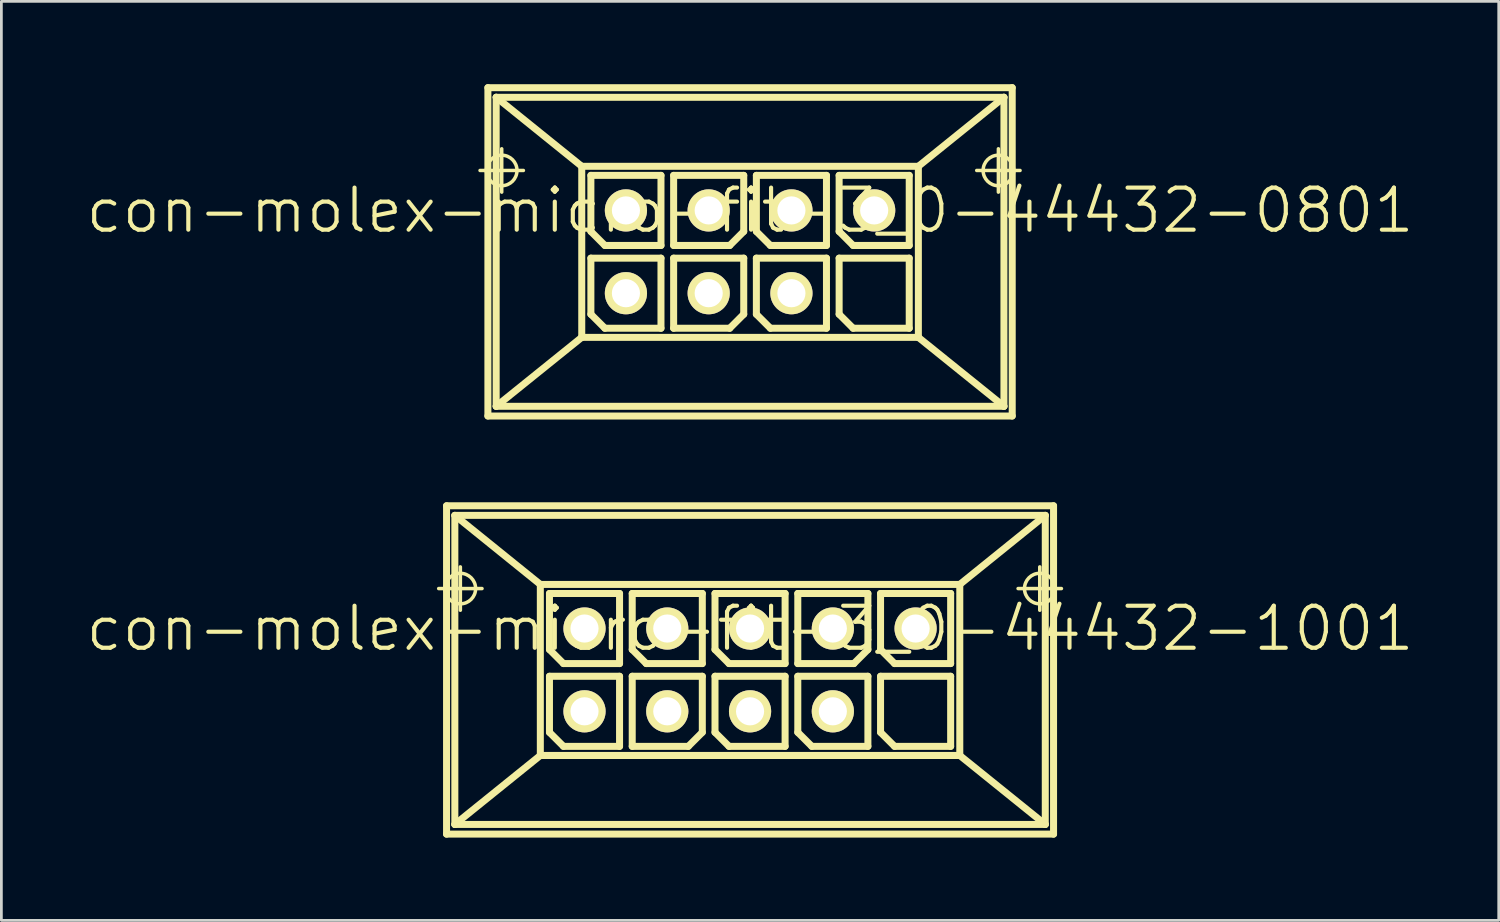
<source format=kicad_pcb>
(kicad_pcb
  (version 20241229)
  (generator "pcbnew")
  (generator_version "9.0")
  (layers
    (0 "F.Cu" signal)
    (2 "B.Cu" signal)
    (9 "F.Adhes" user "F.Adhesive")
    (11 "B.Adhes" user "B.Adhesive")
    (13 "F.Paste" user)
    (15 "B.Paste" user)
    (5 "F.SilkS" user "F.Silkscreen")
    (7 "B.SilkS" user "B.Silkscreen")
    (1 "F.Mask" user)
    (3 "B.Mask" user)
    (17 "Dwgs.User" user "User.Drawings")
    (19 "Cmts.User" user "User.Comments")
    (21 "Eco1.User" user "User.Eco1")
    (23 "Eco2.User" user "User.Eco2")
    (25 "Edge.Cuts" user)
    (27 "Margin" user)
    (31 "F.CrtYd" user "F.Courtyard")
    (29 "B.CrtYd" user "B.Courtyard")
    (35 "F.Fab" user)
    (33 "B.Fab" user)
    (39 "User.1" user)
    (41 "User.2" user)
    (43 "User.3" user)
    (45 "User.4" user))
  (footprint "con-molex-micro-fit-3_0-44432-1001"
    (layer "F.Cu")
    (at 24.13 19.726)
    (property "Reference" "con-molex-micro-fit-3_0-44432-1001" (at 0 0 0) (layer "F.SilkS") (effects (font (size 1.524 1.524) (thickness 0.15))))
    (attr exclude_from_pos_files exclude_from_bom)
    (fp_line (start -11.283 -1.448) (end -9.713 -1.448) (stroke (width 0.127) (type solid)) (layer "F.SilkS"))
    (fp_line (start -10.998 -4.448) (end 10.998 -4.448) (stroke (width 0.254) (type solid)) (layer "F.SilkS"))
    (fp_line (start -10.998 7.45) (end -10.998 -4.448) (stroke (width 0.254) (type solid)) (layer "F.SilkS"))
    (fp_line (start -10.698 -4.1) (end -7.6 -1.598) (stroke (width 0.254) (type solid)) (layer "F.SilkS"))
    (fp_line (start -10.698 -4.1) (end 10.698 -4.1) (stroke (width 0.254) (type solid)) (layer "F.SilkS"))
    (fp_line (start -10.698 7.099) (end -10.698 -4.1) (stroke (width 0.254) (type solid)) (layer "F.SilkS"))
    (fp_line (start -10.498 -0.663) (end -10.498 -2.233) (stroke (width 0.127) (type solid)) (layer "F.SilkS"))
    (fp_line (start -7.6 -1.598) (end -7.6 4.6) (stroke (width 0.254) (type solid)) (layer "F.SilkS"))
    (fp_line (start -7.6 -1.598) (end 7.6 -1.598) (stroke (width 0.254) (type solid)) (layer "F.SilkS"))
    (fp_line (start -7.6 4.6) (end -10.698 7.099) (stroke (width 0.254) (type solid)) (layer "F.SilkS"))
    (fp_line (start -7.6 4.6) (end 7.6 4.6) (stroke (width 0.254) (type solid)) (layer "F.SilkS"))
    (fp_line (start -7.269 -1.27) (end -4.729 -1.27) (stroke (width 0.254) (type solid)) (layer "F.SilkS"))
    (fp_line (start -7.269 0.762) (end -7.269 -1.27) (stroke (width 0.254) (type solid)) (layer "F.SilkS"))
    (fp_line (start -7.269 1.73) (end -4.729 1.73) (stroke (width 0.254) (type solid)) (layer "F.SilkS"))
    (fp_line (start -7.269 3.762) (end -7.269 1.73) (stroke (width 0.254) (type solid)) (layer "F.SilkS"))
    (fp_line (start -6.761 1.27) (end -7.269 0.762) (stroke (width 0.254) (type solid)) (layer "F.SilkS"))
    (fp_line (start -6.761 4.27) (end -7.269 3.762) (stroke (width 0.254) (type solid)) (layer "F.SilkS"))
    (fp_line (start -4.729 -1.27) (end -4.729 1.27) (stroke (width 0.254) (type solid)) (layer "F.SilkS"))
    (fp_line (start -4.729 1.27) (end -6.761 1.27) (stroke (width 0.254) (type solid)) (layer "F.SilkS"))
    (fp_line (start -4.729 1.73) (end -4.729 4.27) (stroke (width 0.254) (type solid)) (layer "F.SilkS"))
    (fp_line (start -4.729 4.27) (end -6.761 4.27) (stroke (width 0.254) (type solid)) (layer "F.SilkS"))
    (fp_line (start -4.27 -1.27) (end -1.73 -1.27) (stroke (width 0.254) (type solid)) (layer "F.SilkS"))
    (fp_line (start -4.27 0.762) (end -4.27 -1.27) (stroke (width 0.254) (type solid)) (layer "F.SilkS"))
    (fp_line (start -4.27 1.73) (end -1.73 1.73) (stroke (width 0.254) (type solid)) (layer "F.SilkS"))
    (fp_line (start -4.27 4.27) (end -4.27 1.73) (stroke (width 0.254) (type solid)) (layer "F.SilkS"))
    (fp_line (start -3.762 1.27) (end -4.27 0.762) (stroke (width 0.254) (type solid)) (layer "F.SilkS"))
    (fp_line (start -2.238 4.27) (end -4.27 4.27) (stroke (width 0.254) (type solid)) (layer "F.SilkS"))
    (fp_line (start -1.73 -1.27) (end -1.73 1.27) (stroke (width 0.254) (type solid)) (layer "F.SilkS"))
    (fp_line (start -1.73 1.27) (end -3.762 1.27) (stroke (width 0.254) (type solid)) (layer "F.SilkS"))
    (fp_line (start -1.73 1.73) (end -1.73 3.762) (stroke (width 0.254) (type solid)) (layer "F.SilkS"))
    (fp_line (start -1.73 3.762) (end -2.238 4.27) (stroke (width 0.254) (type solid)) (layer "F.SilkS"))
    (fp_line (start -1.27 -1.27) (end 1.27 -1.27) (stroke (width 0.254) (type solid)) (layer "F.SilkS"))
    (fp_line (start -1.27 0.762) (end -1.27 -1.27) (stroke (width 0.254) (type solid)) (layer "F.SilkS"))
    (fp_line (start -1.27 1.73) (end 1.27 1.73) (stroke (width 0.254) (type solid)) (layer "F.SilkS"))
    (fp_line (start -1.27 3.762) (end -1.27 1.73) (stroke (width 0.254) (type solid)) (layer "F.SilkS"))
    (fp_line (start -0.762 1.27) (end -1.27 0.762) (stroke (width 0.254) (type solid)) (layer "F.SilkS"))
    (fp_line (start -0.762 4.27) (end -1.27 3.762) (stroke (width 0.254) (type solid)) (layer "F.SilkS"))
    (fp_line (start 1.27 -1.27) (end 1.27 1.27) (stroke (width 0.254) (type solid)) (layer "F.SilkS"))
    (fp_line (start 1.27 1.27) (end -0.762 1.27) (stroke (width 0.254) (type solid)) (layer "F.SilkS"))
    (fp_line (start 1.27 1.73) (end 1.27 4.27) (stroke (width 0.254) (type solid)) (layer "F.SilkS"))
    (fp_line (start 1.27 4.27) (end -0.762 4.27) (stroke (width 0.254) (type solid)) (layer "F.SilkS"))
    (fp_line (start 1.73 -1.27) (end 4.27 -1.27) (stroke (width 0.254) (type solid)) (layer "F.SilkS"))
    (fp_line (start 1.73 1.27) (end 1.73 -1.27) (stroke (width 0.254) (type solid)) (layer "F.SilkS"))
    (fp_line (start 1.73 1.73) (end 4.27 1.73) (stroke (width 0.254) (type solid)) (layer "F.SilkS"))
    (fp_line (start 1.73 3.762) (end 1.73 1.73) (stroke (width 0.254) (type solid)) (layer "F.SilkS"))
    (fp_line (start 2.238 4.27) (end 1.73 3.762) (stroke (width 0.254) (type solid)) (layer "F.SilkS"))
    (fp_line (start 3.762 1.27) (end 1.73 1.27) (stroke (width 0.254) (type solid)) (layer "F.SilkS"))
    (fp_line (start 4.27 -1.27) (end 4.27 0.762) (stroke (width 0.254) (type solid)) (layer "F.SilkS"))
    (fp_line (start 4.27 0.762) (end 3.762 1.27) (stroke (width 0.254) (type solid)) (layer "F.SilkS"))
    (fp_line (start 4.27 1.73) (end 4.27 4.27) (stroke (width 0.254) (type solid)) (layer "F.SilkS"))
    (fp_line (start 4.27 4.27) (end 2.238 4.27) (stroke (width 0.254) (type solid)) (layer "F.SilkS"))
    (fp_line (start 4.729 -1.27) (end 7.269 -1.27) (stroke (width 0.254) (type solid)) (layer "F.SilkS"))
    (fp_line (start 4.729 0.762) (end 4.729 -1.27) (stroke (width 0.254) (type solid)) (layer "F.SilkS"))
    (fp_line (start 4.729 1.73) (end 7.269 1.73) (stroke (width 0.254) (type solid)) (layer "F.SilkS"))
    (fp_line (start 4.729 3.762) (end 4.729 1.73) (stroke (width 0.254) (type solid)) (layer "F.SilkS"))
    (fp_line (start 5.237 1.27) (end 4.729 0.762) (stroke (width 0.254) (type solid)) (layer "F.SilkS"))
    (fp_line (start 5.237 4.27) (end 4.729 3.762) (stroke (width 0.254) (type solid)) (layer "F.SilkS"))
    (fp_line (start 7.269 -1.27) (end 7.269 1.27) (stroke (width 0.254) (type solid)) (layer "F.SilkS"))
    (fp_line (start 7.269 1.27) (end 5.237 1.27) (stroke (width 0.254) (type solid)) (layer "F.SilkS"))
    (fp_line (start 7.269 1.73) (end 7.269 4.27) (stroke (width 0.254) (type solid)) (layer "F.SilkS"))
    (fp_line (start 7.269 4.27) (end 5.237 4.27) (stroke (width 0.254) (type solid)) (layer "F.SilkS"))
    (fp_line (start 7.6 -1.598) (end 10.698 -4.1) (stroke (width 0.254) (type solid)) (layer "F.SilkS"))
    (fp_line (start 7.6 4.6) (end 7.6 -1.598) (stroke (width 0.254) (type solid)) (layer "F.SilkS"))
    (fp_line (start 7.6 4.6) (end 10.698 7.099) (stroke (width 0.254) (type solid)) (layer "F.SilkS"))
    (fp_line (start 9.713 -1.448) (end 11.283 -1.448) (stroke (width 0.127) (type solid)) (layer "F.SilkS"))
    (fp_line (start 10.498 -0.663) (end 10.498 -2.233) (stroke (width 0.127) (type solid)) (layer "F.SilkS"))
    (fp_line (start 10.698 -4.1) (end 10.698 7.099) (stroke (width 0.254) (type solid)) (layer "F.SilkS"))
    (fp_line (start 10.698 7.099) (end -10.698 7.099) (stroke (width 0.254) (type solid)) (layer "F.SilkS"))
    (fp_line (start 10.998 -4.448) (end 10.998 7.45) (stroke (width 0.254) (type solid)) (layer "F.SilkS"))
    (fp_line (start 10.998 7.45) (end -10.998 7.45) (stroke (width 0.254) (type solid)) (layer "F.SilkS"))
    (fp_circle (center -10.498 -1.448) (end -10.889 -1.839) (stroke (width 0.127) (type solid)) (fill no) (layer "F.SilkS"))
    (fp_circle (center 10.498 -1.448) (end 10.889 -1.839) (stroke (width 0.127) (type solid)) (fill no) (layer "F.SilkS"))
    (pad "P$1" thru_hole rect (at 5.999 3) (size 0.001 0.001) (drill 1.019) (layers "*.Cu" "F.Mask" "F.SilkS" "F.Paste"))
    (pad "P$2" thru_hole circle (at 3 3) (size 1.529 1.529) (drill 1.019) (layers "*.Cu" "F.Mask" "F.SilkS" "F.Paste"))
    (pad "P$3" thru_hole circle (at 0 3) (size 1.529 1.529) (drill 1.019) (layers "*.Cu" "F.Mask" "F.SilkS" "F.Paste"))
    (pad "P$4" thru_hole circle (at -3 3) (size 1.529 1.529) (drill 1.019) (layers "*.Cu" "F.Mask" "F.SilkS" "F.Paste"))
    (pad "P$5" thru_hole circle (at -5.999 3) (size 1.529 1.529) (drill 1.019) (layers "*.Cu" "F.Mask" "F.SilkS" "F.Paste"))
    (pad "P$6" thru_hole circle (at 5.999 0) (size 1.529 1.529) (drill 1.019) (layers "*.Cu" "F.Mask" "F.SilkS" "F.Paste"))
    (pad "P$7" thru_hole circle (at 3 0) (size 1.529 1.529) (drill 1.019) (layers "*.Cu" "F.Mask" "F.SilkS" "F.Paste"))
    (pad "P$8" thru_hole circle (at 0 0) (size 1.529 1.529) (drill 1.019) (layers "*.Cu" "F.Mask" "F.SilkS" "F.Paste"))
    (pad "P$9" thru_hole circle (at -3 0) (size 1.529 1.529) (drill 1.019) (layers "*.Cu" "F.Mask" "F.SilkS" "F.Paste"))
    (pad "P$10" thru_hole circle (at -5.999 0) (size 1.529 1.529) (drill 1.019) (layers "*.Cu" "F.Mask" "F.SilkS" "F.Paste")))
  (footprint "con-molex-micro-fit-3_0-44432-0801"
    (layer "F.Cu")
    (at 24.13 4.575)
    (property "Reference" "con-molex-micro-fit-3_0-44432-0801" (at 0 0 0) (layer "F.SilkS") (effects (font (size 1.524 1.524) (thickness 0.15))))
    (attr exclude_from_pos_files exclude_from_bom)
    (fp_line (start -9.784 -1.448) (end -8.214 -1.448) (stroke (width 0.127) (type solid)) (layer "F.SilkS"))
    (fp_line (start -9.5 -4.448) (end 9.5 -4.448) (stroke (width 0.254) (type solid)) (layer "F.SilkS"))
    (fp_line (start -9.5 7.45) (end -9.5 -4.448) (stroke (width 0.254) (type solid)) (layer "F.SilkS"))
    (fp_line (start -9.2 -4.1) (end -6.099 -1.598) (stroke (width 0.254) (type solid)) (layer "F.SilkS"))
    (fp_line (start -9.2 -4.1) (end 9.2 -4.1) (stroke (width 0.254) (type solid)) (layer "F.SilkS"))
    (fp_line (start -9.2 7.099) (end -9.2 -4.1) (stroke (width 0.254) (type solid)) (layer "F.SilkS"))
    (fp_line (start -8.999 -0.663) (end -8.999 -2.233) (stroke (width 0.127) (type solid)) (layer "F.SilkS"))
    (fp_line (start -6.099 -1.598) (end -6.099 4.6) (stroke (width 0.254) (type solid)) (layer "F.SilkS"))
    (fp_line (start -6.099 -1.598) (end 6.099 -1.598) (stroke (width 0.254) (type solid)) (layer "F.SilkS"))
    (fp_line (start -6.099 4.6) (end -9.2 7.099) (stroke (width 0.254) (type solid)) (layer "F.SilkS"))
    (fp_line (start -6.099 4.6) (end 6.099 4.6) (stroke (width 0.254) (type solid)) (layer "F.SilkS"))
    (fp_line (start -5.768 -1.27) (end -3.228 -1.27) (stroke (width 0.254) (type solid)) (layer "F.SilkS"))
    (fp_line (start -5.768 0.762) (end -5.768 -1.27) (stroke (width 0.254) (type solid)) (layer "F.SilkS"))
    (fp_line (start -5.768 1.73) (end -3.228 1.73) (stroke (width 0.254) (type solid)) (layer "F.SilkS"))
    (fp_line (start -5.768 3.762) (end -5.768 1.73) (stroke (width 0.254) (type solid)) (layer "F.SilkS"))
    (fp_line (start -5.26 1.27) (end -5.768 0.762) (stroke (width 0.254) (type solid)) (layer "F.SilkS"))
    (fp_line (start -5.26 4.27) (end -5.768 3.762) (stroke (width 0.254) (type solid)) (layer "F.SilkS"))
    (fp_line (start -3.228 -1.27) (end -3.228 1.27) (stroke (width 0.254) (type solid)) (layer "F.SilkS"))
    (fp_line (start -3.228 1.27) (end -5.26 1.27) (stroke (width 0.254) (type solid)) (layer "F.SilkS"))
    (fp_line (start -3.228 1.73) (end -3.228 4.27) (stroke (width 0.254) (type solid)) (layer "F.SilkS"))
    (fp_line (start -3.228 4.27) (end -5.26 4.27) (stroke (width 0.254) (type solid)) (layer "F.SilkS"))
    (fp_line (start -2.769 -1.27) (end -0.229 -1.27) (stroke (width 0.254) (type solid)) (layer "F.SilkS"))
    (fp_line (start -2.769 1.27) (end -2.769 -1.27) (stroke (width 0.254) (type solid)) (layer "F.SilkS"))
    (fp_line (start -2.769 1.73) (end -0.229 1.73) (stroke (width 0.254) (type solid)) (layer "F.SilkS"))
    (fp_line (start -2.769 4.27) (end -2.769 1.73) (stroke (width 0.254) (type solid)) (layer "F.SilkS"))
    (fp_line (start -0.737 1.27) (end -2.769 1.27) (stroke (width 0.254) (type solid)) (layer "F.SilkS"))
    (fp_line (start -0.737 4.27) (end -2.769 4.27) (stroke (width 0.254) (type solid)) (layer "F.SilkS"))
    (fp_line (start -0.229 -1.27) (end -0.229 0.762) (stroke (width 0.254) (type solid)) (layer "F.SilkS"))
    (fp_line (start -0.229 0.762) (end -0.737 1.27) (stroke (width 0.254) (type solid)) (layer "F.SilkS"))
    (fp_line (start -0.229 1.73) (end -0.229 3.762) (stroke (width 0.254) (type solid)) (layer "F.SilkS"))
    (fp_line (start -0.229 3.762) (end -0.737 4.27) (stroke (width 0.254) (type solid)) (layer "F.SilkS"))
    (fp_line (start 0.229 -1.27) (end 2.769 -1.27) (stroke (width 0.254) (type solid)) (layer "F.SilkS"))
    (fp_line (start 0.229 0.762) (end 0.229 -1.27) (stroke (width 0.254) (type solid)) (layer "F.SilkS"))
    (fp_line (start 0.229 1.73) (end 2.769 1.73) (stroke (width 0.254) (type solid)) (layer "F.SilkS"))
    (fp_line (start 0.229 3.762) (end 0.229 1.73) (stroke (width 0.254) (type solid)) (layer "F.SilkS"))
    (fp_line (start 0.737 1.27) (end 0.229 0.762) (stroke (width 0.254) (type solid)) (layer "F.SilkS"))
    (fp_line (start 0.737 4.27) (end 0.229 3.762) (stroke (width 0.254) (type solid)) (layer "F.SilkS"))
    (fp_line (start 2.769 -1.27) (end 2.769 1.27) (stroke (width 0.254) (type solid)) (layer "F.SilkS"))
    (fp_line (start 2.769 1.27) (end 0.737 1.27) (stroke (width 0.254) (type solid)) (layer "F.SilkS"))
    (fp_line (start 2.769 1.73) (end 2.769 4.27) (stroke (width 0.254) (type solid)) (layer "F.SilkS"))
    (fp_line (start 2.769 4.27) (end 0.737 4.27) (stroke (width 0.254) (type solid)) (layer "F.SilkS"))
    (fp_line (start 3.228 -1.27) (end 5.768 -1.27) (stroke (width 0.254) (type solid)) (layer "F.SilkS"))
    (fp_line (start 3.228 0.762) (end 3.228 -1.27) (stroke (width 0.254) (type solid)) (layer "F.SilkS"))
    (fp_line (start 3.228 1.73) (end 5.768 1.73) (stroke (width 0.254) (type solid)) (layer "F.SilkS"))
    (fp_line (start 3.228 3.762) (end 3.228 1.73) (stroke (width 0.254) (type solid)) (layer "F.SilkS"))
    (fp_line (start 3.736 1.27) (end 3.228 0.762) (stroke (width 0.254) (type solid)) (layer "F.SilkS"))
    (fp_line (start 3.736 4.27) (end 3.228 3.762) (stroke (width 0.254) (type solid)) (layer "F.SilkS"))
    (fp_line (start 5.768 -1.27) (end 5.768 1.27) (stroke (width 0.254) (type solid)) (layer "F.SilkS"))
    (fp_line (start 5.768 1.27) (end 3.736 1.27) (stroke (width 0.254) (type solid)) (layer "F.SilkS"))
    (fp_line (start 5.768 1.73) (end 5.768 4.27) (stroke (width 0.254) (type solid)) (layer "F.SilkS"))
    (fp_line (start 5.768 4.27) (end 3.736 4.27) (stroke (width 0.254) (type solid)) (layer "F.SilkS"))
    (fp_line (start 6.099 -1.598) (end 9.2 -4.1) (stroke (width 0.254) (type solid)) (layer "F.SilkS"))
    (fp_line (start 6.099 4.6) (end 6.099 -1.598) (stroke (width 0.254) (type solid)) (layer "F.SilkS"))
    (fp_line (start 6.099 4.6) (end 9.2 7.099) (stroke (width 0.254) (type solid)) (layer "F.SilkS"))
    (fp_line (start 8.214 -1.448) (end 9.784 -1.448) (stroke (width 0.127) (type solid)) (layer "F.SilkS"))
    (fp_line (start 8.999 -0.663) (end 8.999 -2.233) (stroke (width 0.127) (type solid)) (layer "F.SilkS"))
    (fp_line (start 9.2 -4.1) (end 9.2 7.099) (stroke (width 0.254) (type solid)) (layer "F.SilkS"))
    (fp_line (start 9.2 7.099) (end -9.2 7.099) (stroke (width 0.254) (type solid)) (layer "F.SilkS"))
    (fp_line (start 9.5 -4.448) (end 9.5 7.45) (stroke (width 0.254) (type solid)) (layer "F.SilkS"))
    (fp_line (start 9.5 7.45) (end -9.5 7.45) (stroke (width 0.254) (type solid)) (layer "F.SilkS"))
    (fp_circle (center -8.999 -1.448) (end -9.39 -1.839) (stroke (width 0.127) (type solid)) (fill no) (layer "F.SilkS"))
    (fp_circle (center 8.999 -1.448) (end 9.39 -1.839) (stroke (width 0.127) (type solid)) (fill no) (layer "F.SilkS"))
    (pad "P$1" thru_hole rect (at 4.498 3) (size 0.001 0.001) (drill 1.019) (layers "*.Cu" "F.Mask" "F.SilkS" "F.Paste"))
    (pad "P$2" thru_hole circle (at 1.499 3) (size 1.529 1.529) (drill 1.019) (layers "*.Cu" "F.Mask" "F.SilkS" "F.Paste"))
    (pad "P$3" thru_hole circle (at -1.499 3) (size 1.529 1.529) (drill 1.019) (layers "*.Cu" "F.Mask" "F.SilkS" "F.Paste"))
    (pad "P$4" thru_hole circle (at -4.498 3) (size 1.529 1.529) (drill 1.019) (layers "*.Cu" "F.Mask" "F.SilkS" "F.Paste"))
    (pad "P$5" thru_hole circle (at 4.498 0) (size 1.529 1.529) (drill 1.019) (layers "*.Cu" "F.Mask" "F.SilkS" "F.Paste"))
    (pad "P$6" thru_hole circle (at 1.499 0) (size 1.529 1.529) (drill 1.019) (layers "*.Cu" "F.Mask" "F.SilkS" "F.Paste"))
    (pad "P$7" thru_hole circle (at -1.499 0) (size 1.529 1.529) (drill 1.019) (layers "*.Cu" "F.Mask" "F.SilkS" "F.Paste"))
    (pad "P$8" thru_hole circle (at -4.498 0) (size 1.529 1.529) (drill 1.019) (layers "*.Cu" "F.Mask" "F.SilkS" "F.Paste")))
  (gr_rect
    (start -3 -3)
    (end 51.26 30.303)
    (stroke (width 0.1) (type default))
    (fill no)
    (layer "Edge.Cuts")))
</source>
